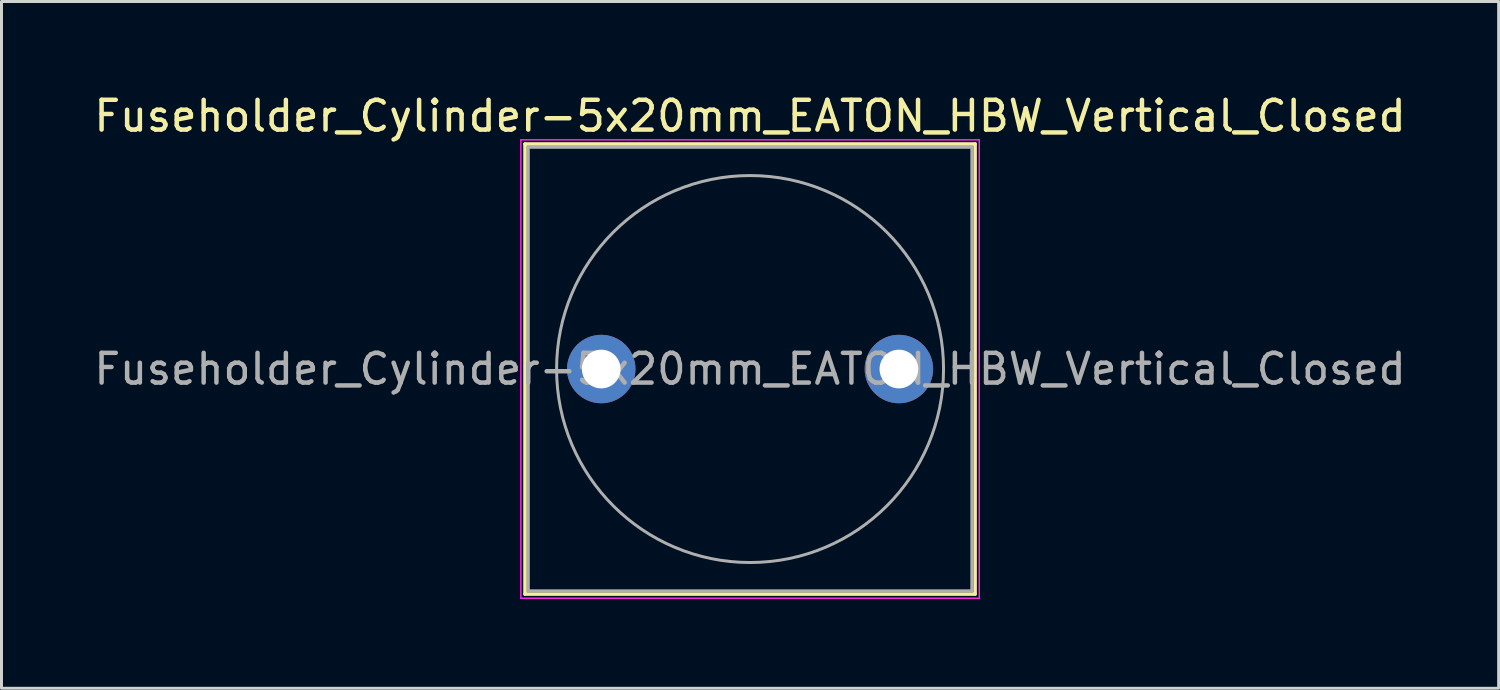
<source format=kicad_pcb>
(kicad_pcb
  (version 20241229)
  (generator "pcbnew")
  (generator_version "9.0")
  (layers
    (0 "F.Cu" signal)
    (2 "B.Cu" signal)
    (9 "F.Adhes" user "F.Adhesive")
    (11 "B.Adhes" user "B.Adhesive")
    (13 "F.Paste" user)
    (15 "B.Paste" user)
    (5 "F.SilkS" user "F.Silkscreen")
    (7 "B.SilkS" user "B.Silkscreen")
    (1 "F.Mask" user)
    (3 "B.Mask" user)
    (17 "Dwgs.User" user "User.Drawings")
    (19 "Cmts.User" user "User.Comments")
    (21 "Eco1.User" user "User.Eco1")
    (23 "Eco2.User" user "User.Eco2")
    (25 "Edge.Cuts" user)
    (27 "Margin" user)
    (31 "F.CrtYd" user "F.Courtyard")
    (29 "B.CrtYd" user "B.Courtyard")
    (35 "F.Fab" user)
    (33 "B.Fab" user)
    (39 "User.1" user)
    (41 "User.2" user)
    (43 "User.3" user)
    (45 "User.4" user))
  (footprint "Fuseholder_Cylinder-5x20mm_EATON_HBW_Vertical_Closed"
    (layer "F.Cu")
    (at 17.149 9.348)
    (property "Reference" "Fuseholder_Cylinder-5x20mm_EATON_HBW_Vertical_Closed" (at 5 -8.5 0) (layer "F.SilkS") (effects (font (size 1 1) (thickness 0.15))))
    (attr through_hole)
    (fp_line (start -2.56 -7.56) (end 12.56 -7.56) (stroke (width 0.12) (type solid)) (layer "F.SilkS"))
    (fp_line (start -2.56 7.56) (end -2.56 -7.56) (stroke (width 0.12) (type solid)) (layer "F.SilkS"))
    (fp_line (start 12.56 -7.56) (end 12.56 7.56) (stroke (width 0.12) (type solid)) (layer "F.SilkS"))
    (fp_line (start 12.56 7.56) (end -2.56 7.56) (stroke (width 0.12) (type solid)) (layer "F.SilkS"))
    (fp_line (start -2.7 -7.7) (end 12.7 -7.7) (stroke (width 0.05) (type solid)) (layer "F.CrtYd"))
    (fp_line (start -2.7 7.7) (end -2.7 -7.7) (stroke (width 0.05) (type solid)) (layer "F.CrtYd"))
    (fp_line (start 12.7 -7.7) (end 12.7 7.7) (stroke (width 0.05) (type solid)) (layer "F.CrtYd"))
    (fp_line (start 12.7 7.7) (end -2.7 7.7) (stroke (width 0.05) (type solid)) (layer "F.CrtYd"))
    (fp_line (start -2.45 -7.45) (end 12.45 -7.45) (stroke (width 0.1) (type solid)) (layer "F.Fab"))
    (fp_line (start -2.45 7.45) (end -2.45 -7.45) (stroke (width 0.1) (type solid)) (layer "F.Fab"))
    (fp_line (start 12.45 -7.45) (end 12.45 7.45) (stroke (width 0.1) (type solid)) (layer "F.Fab"))
    (fp_line (start 12.45 7.45) (end -2.45 7.45) (stroke (width 0.1) (type solid)) (layer "F.Fab"))
    (fp_circle (center 5 0) (end 11.5 0) (stroke (width 0.1) (type solid)) (fill no) (layer "F.Fab"))
    (fp_text user "${REFERENCE}" (at 5 0 0) (layer "F.Fab") (effects (font (size 1 1) (thickness 0.15))))
    (pad "1" thru_hole circle (at 0 0) (size 2.3 2.3) (drill 1.3) (layers "*.Cu" "*.Mask"))
    (pad "2" thru_hole circle (at 10 0) (size 2.3 2.3) (drill 1.3) (layers "*.Cu" "*.Mask")))
  (gr_rect
    (start -3 -3)
    (end 47.298 20.073)
    (stroke (width 0.1) (type default))
    (fill no)
    (layer "Edge.Cuts")))
</source>
